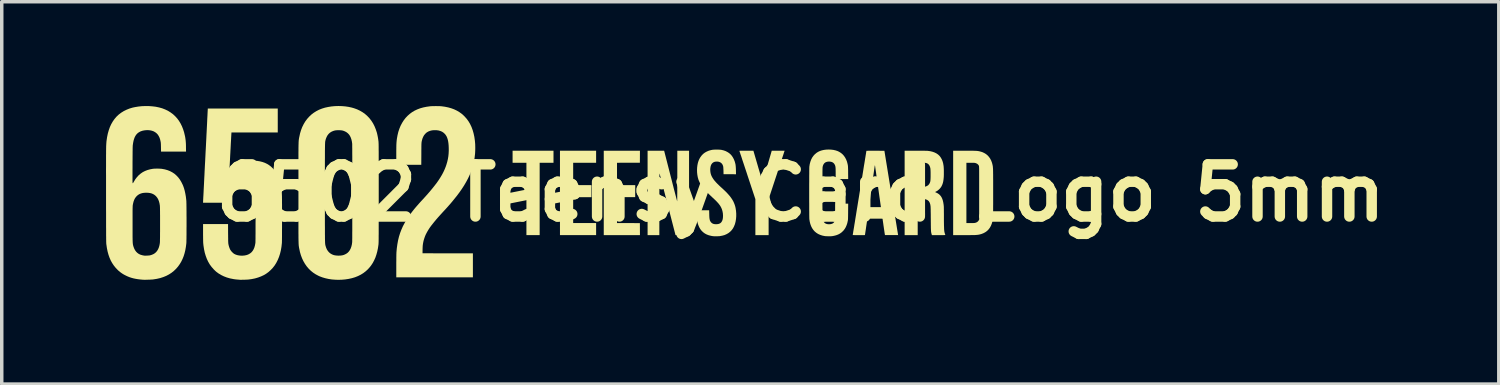
<source format=kicad_pcb>
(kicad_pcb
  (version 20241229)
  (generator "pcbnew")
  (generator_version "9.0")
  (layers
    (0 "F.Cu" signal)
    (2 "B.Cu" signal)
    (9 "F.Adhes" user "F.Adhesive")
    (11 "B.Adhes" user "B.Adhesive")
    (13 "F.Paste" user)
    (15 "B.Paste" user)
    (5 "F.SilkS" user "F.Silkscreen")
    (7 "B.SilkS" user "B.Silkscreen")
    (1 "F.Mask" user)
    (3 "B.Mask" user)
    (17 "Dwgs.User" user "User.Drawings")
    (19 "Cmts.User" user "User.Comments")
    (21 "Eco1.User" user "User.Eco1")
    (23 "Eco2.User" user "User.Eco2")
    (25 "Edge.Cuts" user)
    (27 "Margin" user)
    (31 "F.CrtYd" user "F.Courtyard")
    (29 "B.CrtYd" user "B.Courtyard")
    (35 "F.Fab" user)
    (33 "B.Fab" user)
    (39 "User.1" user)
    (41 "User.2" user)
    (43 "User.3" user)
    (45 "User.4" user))
  (footprint "6502 Teensy Card Logo 5mm"
    (layer "F.Cu")
    (at 19.985 2.5)
    (property "Reference" "6502 Teensy Card Logo 5mm" (at 0 0 0) (layer "F.SilkS") (effects (font (size 1.5 1.5) (thickness 0.3))))
    (attr board_only exclude_from_pos_files exclude_from_bom)
    (fp_poly (pts (xy -7.111 -1.041) (xy -7.111 -0.867) (xy -7.31 -0.867) (xy -7.509 -0.867) (xy -7.509 0.173) (xy -7.509 1.214) (xy -7.7 1.214) (xy -7.89 1.214) (xy -7.89 0.173) (xy -7.89 -0.867) (xy -8.089 -0.867) (xy -8.288 -0.867) (xy -8.288 -1.041) (xy -8.288 -1.214) (xy -7.7 -1.214) (xy -7.111 -1.214)) (stroke (width 0) (type solid)) (fill yes) (layer "F.SilkS"))
    (fp_poly (pts (xy -5.885 -1.041) (xy -5.885 -0.867) (xy -6.215 -0.867) (xy -6.545 -0.867) (xy -6.545 -0.546) (xy -6.545 -0.224) (xy -6.282 -0.224) (xy -6.02 -0.224) (xy -6.02 -0.051) (xy -6.02 0.123) (xy -6.282 0.123) (xy -6.545 0.123) (xy -6.545 0.495) (xy -6.545 0.867) (xy -6.215 0.867) (xy -5.885 0.867) (xy -5.885 1.041) (xy -5.885 1.214) (xy -6.405 1.214) (xy -6.925 1.214) (xy -6.925 0) (xy -6.925 -1.214) (xy -6.405 -1.214) (xy -5.885 -1.214)) (stroke (width 0) (type solid)) (fill yes) (layer "F.SilkS"))
    (fp_poly (pts (xy -4.625 -1.042) (xy -4.626 -0.869) (xy -4.955 -0.868) (xy -5.284 -0.867) (xy -5.284 -0.546) (xy -5.284 -0.224) (xy -5.022 -0.224) (xy -4.759 -0.224) (xy -4.76 -0.052) (xy -4.761 0.121) (xy -5.023 0.122) (xy -5.284 0.123) (xy -5.284 0.495) (xy -5.284 0.867) (xy -4.955 0.868) (xy -4.626 0.869) (xy -4.625 1.042) (xy -4.624 1.214) (xy -5.144 1.214) (xy -5.665 1.214) (xy -5.665 0) (xy -5.665 -1.214) (xy -5.144 -1.214) (xy -4.624 -1.214)) (stroke (width 0) (type solid)) (fill yes) (layer "F.SilkS"))
    (fp_poly (pts (xy -1.231 -0.772) (xy -1.214 -0.712) (xy -1.197 -0.655) (xy -1.181 -0.601) (xy -1.166 -0.55) (xy -1.152 -0.503) (xy -1.14 -0.46) (xy -1.128 -0.422) (xy -1.119 -0.39) (xy -1.111 -0.363) (xy -1.105 -0.343) (xy -1.101 -0.33) (xy -1.099 -0.325) (xy -1.099 -0.325) (xy -1.095 -0.322) (xy -1.094 -0.322) (xy -1.092 -0.326) (xy -1.089 -0.338) (xy -1.083 -0.357) (xy -1.075 -0.383) (xy -1.066 -0.414) (xy -1.055 -0.451) (xy -1.042 -0.494) (xy -1.029 -0.54) (xy -1.014 -0.59) (xy -0.998 -0.644) (xy -0.981 -0.701) (xy -0.964 -0.76) (xy -0.962 -0.769) (xy -0.832 -1.214) (xy -0.647 -1.214) (xy -0.462 -1.214) (xy -0.493 -1.12) (xy -0.498 -1.105) (xy -0.505 -1.082) (xy -0.515 -1.053) (xy -0.527 -1.017) (xy -0.541 -0.975) (xy -0.557 -0.928) (xy -0.574 -0.876) (xy -0.592 -0.82) (xy -0.612 -0.76) (xy -0.633 -0.696) (xy -0.655 -0.631) (xy -0.677 -0.562) (xy -0.7 -0.493) (xy -0.723 -0.424) (xy -0.922 0.179) (xy -0.922 0.696) (xy -0.922 1.214) (xy -1.113 1.214) (xy -1.303 1.214) (xy -1.303 0.698) (xy -1.303 0.181) (xy -1.532 -0.511) (xy -1.556 -0.585) (xy -1.58 -0.657) (xy -1.603 -0.726) (xy -1.625 -0.793) (xy -1.646 -0.856) (xy -1.666 -0.915) (xy -1.684 -0.97) (xy -1.7 -1.02) (xy -1.715 -1.066) (xy -1.729 -1.105) (xy -1.74 -1.139) (xy -1.749 -1.167) (xy -1.756 -1.188) (xy -1.761 -1.202) (xy -1.763 -1.208) (xy -1.763 -1.209) (xy -1.762 -1.21) (xy -1.757 -1.211) (xy -1.748 -1.212) (xy -1.734 -1.213) (xy -1.715 -1.213) (xy -1.689 -1.214) (xy -1.657 -1.214) (xy -1.618 -1.214) (xy -1.571 -1.214) (xy -1.562 -1.214) (xy -1.36 -1.214)) (stroke (width 0) (type solid)) (fill yes) (layer "F.SilkS"))
    (fp_poly (pts (xy -3.742 -0.487) (xy -3.722 -0.41) (xy -3.703 -0.336) (xy -3.685 -0.264) (xy -3.667 -0.195) (xy -3.651 -0.13) (xy -3.635 -0.069) (xy -3.62 -0.012) (xy -3.606 0.041) (xy -3.594 0.088) (xy -3.583 0.129) (xy -3.574 0.165) (xy -3.566 0.194) (xy -3.56 0.217) (xy -3.556 0.232) (xy -3.553 0.24) (xy -3.553 0.241) (xy -3.552 0.237) (xy -3.552 0.225) (xy -3.552 0.205) (xy -3.551 0.178) (xy -3.551 0.144) (xy -3.551 0.104) (xy -3.551 0.059) (xy -3.55 0.007) (xy -3.55 -0.049) (xy -3.55 -0.11) (xy -3.55 -0.175) (xy -3.55 -0.244) (xy -3.549 -0.316) (xy -3.549 -0.391) (xy -3.549 -0.468) (xy -3.549 -0.487) (xy -3.549 -1.214) (xy -3.38 -1.214) (xy -3.211 -1.214) (xy -3.211 0.000042) (xy -3.211 1.214) (xy -3.406 1.213) (xy -3.601 1.212) (xy -3.795 0.461) (xy -3.816 0.381) (xy -3.836 0.302) (xy -3.856 0.224) (xy -3.876 0.148) (xy -3.895 0.074) (xy -3.913 0.004) (xy -3.931 -0.063) (xy -3.947 -0.127) (xy -3.962 -0.186) (xy -3.976 -0.24) (xy -3.989 -0.288) (xy -4 -0.331) (xy -4.009 -0.367) (xy -4.016 -0.396) (xy -4.022 -0.417) (xy -4.024 -0.424) (xy -4.032 -0.456) (xy -4.04 -0.486) (xy -4.047 -0.512) (xy -4.053 -0.533) (xy -4.058 -0.548) (xy -4.061 -0.557) (xy -4.062 -0.558) (xy -4.062 -0.554) (xy -4.063 -0.542) (xy -4.063 -0.522) (xy -4.063 -0.495) (xy -4.064 -0.461) (xy -4.064 -0.42) (xy -4.064 -0.374) (xy -4.064 -0.321) (xy -4.065 -0.263) (xy -4.065 -0.201) (xy -4.065 -0.133) (xy -4.065 -0.062) (xy -4.065 0.013) (xy -4.065 0.092) (xy -4.065 0.173) (xy -4.066 0.257) (xy -4.066 0.328) (xy -4.066 1.214) (xy -4.235 1.214) (xy -4.404 1.214) (xy -4.404 0) (xy -4.404 -1.214) (xy -4.166 -1.214) (xy -3.928 -1.214)) (stroke (width 0) (type solid)) (fill yes) (layer "F.SilkS"))
    (fp_poly (pts (xy 4.71 -1.214) (xy 4.774 -1.214) (xy 4.831 -1.214) (xy 4.88 -1.214) (xy 4.923 -1.213) (xy 4.96 -1.213) (xy 4.992 -1.212) (xy 5.02 -1.211) (xy 5.043 -1.21) (xy 5.064 -1.209) (xy 5.082 -1.207) (xy 5.099 -1.205) (xy 5.114 -1.203) (xy 5.129 -1.2) (xy 5.144 -1.197) (xy 5.159 -1.193) (xy 5.222 -1.175) (xy 5.279 -1.149) (xy 5.331 -1.118) (xy 5.377 -1.08) (xy 5.417 -1.036) (xy 5.452 -0.986) (xy 5.481 -0.93) (xy 5.504 -0.868) (xy 5.515 -0.827) (xy 5.518 -0.815) (xy 5.52 -0.804) (xy 5.523 -0.792) (xy 5.525 -0.781) (xy 5.527 -0.769) (xy 5.529 -0.756) (xy 5.53 -0.742) (xy 5.531 -0.726) (xy 5.533 -0.707) (xy 5.534 -0.686) (xy 5.535 -0.662) (xy 5.535 -0.634) (xy 5.536 -0.603) (xy 5.536 -0.566) (xy 5.537 -0.526) (xy 5.537 -0.48) (xy 5.537 -0.428) (xy 5.538 -0.37) (xy 5.538 -0.306) (xy 5.538 -0.235) (xy 5.538 -0.157) (xy 5.538 -0.071) (xy 5.538 0) (xy 5.538 0.092) (xy 5.538 0.176) (xy 5.538 0.253) (xy 5.538 0.322) (xy 5.537 0.385) (xy 5.537 0.441) (xy 5.537 0.491) (xy 5.537 0.536) (xy 5.536 0.576) (xy 5.536 0.611) (xy 5.535 0.641) (xy 5.534 0.668) (xy 5.533 0.692) (xy 5.532 0.712) (xy 5.531 0.73) (xy 5.53 0.746) (xy 5.528 0.759) (xy 5.526 0.772) (xy 5.524 0.784) (xy 5.522 0.795) (xy 5.52 0.806) (xy 5.517 0.818) (xy 5.515 0.827) (xy 5.495 0.893) (xy 5.47 0.953) (xy 5.439 1.007) (xy 5.402 1.055) (xy 5.359 1.096) (xy 5.311 1.131) (xy 5.257 1.16) (xy 5.197 1.183) (xy 5.159 1.193) (xy 5.143 1.197) (xy 5.128 1.2) (xy 5.113 1.203) (xy 5.098 1.205) (xy 5.081 1.207) (xy 5.063 1.209) (xy 5.042 1.21) (xy 5.018 1.212) (xy 4.991 1.212) (xy 4.958 1.213) (xy 4.921 1.213) (xy 4.877 1.214) (xy 4.828 1.214) (xy 4.771 1.214) (xy 4.71 1.214) (xy 4.387 1.214) (xy 4.387 0) (xy 4.768 0) (xy 4.768 0.867) (xy 4.885 0.867) (xy 4.92 0.867) (xy 4.948 0.867) (xy 4.97 0.867) (xy 4.988 0.866) (xy 5.001 0.865) (xy 5.012 0.863) (xy 5.021 0.861) (xy 5.03 0.859) (xy 5.064 0.846) (xy 5.092 0.827) (xy 5.114 0.804) (xy 5.131 0.774) (xy 5.144 0.737) (xy 5.149 0.717) (xy 5.15 0.712) (xy 5.151 0.706) (xy 5.152 0.7) (xy 5.153 0.692) (xy 5.153 0.683) (xy 5.154 0.672) (xy 5.154 0.658) (xy 5.155 0.641) (xy 5.155 0.622) (xy 5.156 0.598) (xy 5.156 0.571) (xy 5.156 0.539) (xy 5.156 0.502) (xy 5.157 0.46) (xy 5.157 0.413) (xy 5.157 0.359) (xy 5.157 0.298) (xy 5.157 0.231) (xy 5.157 0.157) (xy 5.157 0.075) (xy 5.157 0) (xy 5.157 -0.089) (xy 5.157 -0.17) (xy 5.157 -0.243) (xy 5.157 -0.309) (xy 5.157 -0.368) (xy 5.157 -0.421) (xy 5.156 -0.468) (xy 5.156 -0.509) (xy 5.156 -0.545) (xy 5.156 -0.576) (xy 5.156 -0.602) (xy 5.155 -0.625) (xy 5.155 -0.644) (xy 5.154 -0.66) (xy 5.154 -0.674) (xy 5.153 -0.685) (xy 5.152 -0.694) (xy 5.152 -0.701) (xy 5.151 -0.707) (xy 5.15 -0.713) (xy 5.149 -0.717) (xy 5.138 -0.757) (xy 5.123 -0.79) (xy 5.103 -0.817) (xy 5.078 -0.838) (xy 5.047 -0.853) (xy 5.03 -0.859) (xy 5.021 -0.861) (xy 5.011 -0.863) (xy 5 -0.865) (xy 4.986 -0.866) (xy 4.969 -0.867) (xy 4.947 -0.867) (xy 4.918 -0.867) (xy 4.885 -0.867) (xy 4.768 -0.867) (xy 4.768 0) (xy 4.387 0) (xy 4.387 -1.214)) (stroke (width 0) (type solid)) (fill yes) (layer "F.SilkS"))
    (fp_poly (pts (xy -2.39 -1.246) (xy -2.354 -1.245) (xy -2.321 -1.243) (xy -2.294 -1.241) (xy -2.278 -1.238) (xy -2.215 -1.223) (xy -2.159 -1.203) (xy -2.108 -1.177) (xy -2.061 -1.147) (xy -2.019 -1.111) (xy -1.981 -1.068) (xy -1.948 -1.018) (xy -1.92 -0.964) (xy -1.897 -0.904) (xy -1.893 -0.891) (xy -1.885 -0.861) (xy -1.878 -0.834) (xy -1.873 -0.808) (xy -1.87 -0.78) (xy -1.867 -0.75) (xy -1.865 -0.716) (xy -1.863 -0.675) (xy -1.863 -0.65) (xy -1.86 -0.537) (xy -2.04 -0.538) (xy -2.219 -0.539) (xy -2.221 -0.639) (xy -2.222 -0.671) (xy -2.224 -0.7) (xy -2.225 -0.725) (xy -2.227 -0.746) (xy -2.229 -0.759) (xy -2.229 -0.761) (xy -2.242 -0.801) (xy -2.26 -0.833) (xy -2.285 -0.86) (xy -2.314 -0.88) (xy -2.349 -0.894) (xy -2.388 -0.901) (xy -2.432 -0.901) (xy -2.444 -0.9) (xy -2.481 -0.893) (xy -2.514 -0.878) (xy -2.541 -0.857) (xy -2.564 -0.829) (xy -2.581 -0.795) (xy -2.593 -0.754) (xy -2.6 -0.708) (xy -2.602 -0.671) (xy -2.6 -0.629) (xy -2.595 -0.589) (xy -2.587 -0.55) (xy -2.575 -0.512) (xy -2.558 -0.474) (xy -2.537 -0.436) (xy -2.511 -0.396) (xy -2.48 -0.355) (xy -2.443 -0.312) (xy -2.4 -0.267) (xy -2.35 -0.218) (xy -2.294 -0.165) (xy -2.263 -0.138) (xy -2.198 -0.077) (xy -2.139 -0.02) (xy -2.088 0.035) (xy -2.042 0.088) (xy -2.003 0.139) (xy -1.969 0.19) (xy -1.94 0.24) (xy -1.917 0.291) (xy -1.897 0.343) (xy -1.881 0.396) (xy -1.872 0.438) (xy -1.86 0.515) (xy -1.854 0.594) (xy -1.854 0.673) (xy -1.86 0.75) (xy -1.872 0.824) (xy -1.89 0.894) (xy -1.894 0.905) (xy -1.919 0.967) (xy -1.949 1.023) (xy -1.986 1.073) (xy -2.029 1.117) (xy -2.077 1.155) (xy -2.131 1.186) (xy -2.19 1.212) (xy -2.255 1.23) (xy -2.326 1.243) (xy -2.331 1.244) (xy -2.348 1.245) (xy -2.371 1.246) (xy -2.398 1.247) (xy -2.427 1.247) (xy -2.456 1.247) (xy -2.482 1.247) (xy -2.504 1.246) (xy -2.517 1.245) (xy -2.528 1.244) (xy -2.544 1.241) (xy -2.563 1.238) (xy -2.577 1.235) (xy -2.642 1.219) (xy -2.701 1.197) (xy -2.756 1.168) (xy -2.805 1.132) (xy -2.848 1.091) (xy -2.886 1.043) (xy -2.918 0.988) (xy -2.944 0.928) (xy -2.961 0.875) (xy -2.971 0.831) (xy -2.979 0.783) (xy -2.985 0.73) (xy -2.989 0.671) (xy -2.991 0.605) (xy -2.991 0.572) (xy -2.991 0.499) (xy -2.812 0.499) (xy -2.633 0.499) (xy -2.63 0.612) (xy -2.629 0.659) (xy -2.627 0.698) (xy -2.624 0.731) (xy -2.619 0.758) (xy -2.614 0.782) (xy -2.607 0.802) (xy -2.597 0.819) (xy -2.586 0.836) (xy -2.573 0.852) (xy -2.548 0.873) (xy -2.517 0.889) (xy -2.48 0.898) (xy -2.437 0.901) (xy -2.433 0.901) (xy -2.39 0.898) (xy -2.352 0.89) (xy -2.319 0.875) (xy -2.292 0.854) (xy -2.271 0.826) (xy -2.254 0.792) (xy -2.242 0.752) (xy -2.236 0.705) (xy -2.234 0.655) (xy -2.238 0.588) (xy -2.25 0.524) (xy -2.269 0.462) (xy -2.296 0.404) (xy -2.319 0.365) (xy -2.336 0.342) (xy -2.354 0.318) (xy -2.374 0.294) (xy -2.398 0.268) (xy -2.424 0.24) (xy -2.455 0.209) (xy -2.491 0.175) (xy -2.533 0.136) (xy -2.547 0.123) (xy -2.609 0.064) (xy -2.665 0.01) (xy -2.715 -0.041) (xy -2.759 -0.089) (xy -2.798 -0.134) (xy -2.831 -0.177) (xy -2.861 -0.219) (xy -2.886 -0.261) (xy -2.907 -0.302) (xy -2.926 -0.343) (xy -2.942 -0.386) (xy -2.944 -0.391) (xy -2.961 -0.454) (xy -2.973 -0.521) (xy -2.98 -0.589) (xy -2.982 -0.659) (xy -2.979 -0.728) (xy -2.971 -0.795) (xy -2.958 -0.859) (xy -2.94 -0.918) (xy -2.917 -0.972) (xy -2.916 -0.974) (xy -2.884 -1.03) (xy -2.846 -1.08) (xy -2.804 -1.123) (xy -2.755 -1.16) (xy -2.701 -1.19) (xy -2.642 -1.215) (xy -2.576 -1.233) (xy -2.551 -1.238) (xy -2.527 -1.242) (xy -2.498 -1.244) (xy -2.464 -1.246) (xy -2.427 -1.246)) (stroke (width 0) (type solid)) (fill yes) (layer "F.SilkS"))
    (fp_poly (pts (xy 2.112 -1.213) (xy 2.15 -1.213) (xy 2.409 -1.212) (xy 2.606 0) (xy 2.803 1.212) (xy 2.615 1.213) (xy 2.576 1.213) (xy 2.54 1.213) (xy 2.507 1.213) (xy 2.478 1.213) (xy 2.455 1.213) (xy 2.438 1.213) (xy 2.427 1.212) (xy 2.425 1.212) (xy 2.424 1.208) (xy 2.422 1.196) (xy 2.419 1.178) (xy 2.415 1.154) (xy 2.411 1.125) (xy 2.406 1.093) (xy 2.401 1.057) (xy 2.395 1.02) (xy 2.39 0.982) (xy 2.384 0.944) (xy 2.379 0.907) (xy 2.374 0.871) (xy 2.369 0.838) (xy 2.365 0.809) (xy 2.361 0.785) (xy 2.359 0.765) (xy 2.357 0.753) (xy 2.357 0.748) (xy 2.356 0.746) (xy 2.355 0.745) (xy 2.351 0.744) (xy 2.345 0.743) (xy 2.336 0.742) (xy 2.322 0.741) (xy 2.305 0.741) (xy 2.281 0.741) (xy 2.252 0.741) (xy 2.217 0.741) (xy 2.174 0.741) (xy 2.137 0.741) (xy 1.919 0.742) (xy 1.884 0.977) (xy 1.878 1.021) (xy 1.872 1.062) (xy 1.866 1.099) (xy 1.861 1.133) (xy 1.857 1.161) (xy 1.853 1.185) (xy 1.851 1.201) (xy 1.849 1.211) (xy 1.849 1.213) (xy 1.845 1.213) (xy 1.833 1.214) (xy 1.816 1.214) (xy 1.793 1.214) (xy 1.765 1.214) (xy 1.735 1.214) (xy 1.703 1.214) (xy 1.669 1.214) (xy 1.636 1.214) (xy 1.604 1.214) (xy 1.575 1.214) (xy 1.548 1.214) (xy 1.526 1.213) (xy 1.51 1.213) (xy 1.5 1.213) (xy 1.498 1.213) (xy 1.498 1.208) (xy 1.5 1.196) (xy 1.503 1.176) (xy 1.508 1.149) (xy 1.513 1.114) (xy 1.52 1.073) (xy 1.528 1.026) (xy 1.537 0.972) (xy 1.546 0.913) (xy 1.557 0.849) (xy 1.568 0.779) (xy 1.58 0.705) (xy 1.593 0.626) (xy 1.606 0.543) (xy 1.62 0.456) (xy 1.629 0.405) (xy 1.964 0.405) (xy 1.966 0.406) (xy 1.969 0.407) (xy 1.976 0.408) (xy 1.986 0.409) (xy 2 0.41) (xy 2.02 0.41) (xy 2.045 0.41) (xy 2.077 0.41) (xy 2.117 0.41) (xy 2.136 0.41) (xy 2.31 0.41) (xy 2.308 0.401) (xy 2.307 0.396) (xy 2.305 0.382) (xy 2.302 0.362) (xy 2.298 0.334) (xy 2.293 0.3) (xy 2.288 0.261) (xy 2.281 0.215) (xy 2.274 0.165) (xy 2.266 0.11) (xy 2.258 0.051) (xy 2.249 -0.012) (xy 2.24 -0.077) (xy 2.23 -0.145) (xy 2.223 -0.199) (xy 2.213 -0.268) (xy 2.203 -0.336) (xy 2.194 -0.4) (xy 2.185 -0.462) (xy 2.177 -0.519) (xy 2.17 -0.573) (xy 2.163 -0.621) (xy 2.156 -0.665) (xy 2.151 -0.702) (xy 2.146 -0.734) (xy 2.143 -0.759) (xy 2.14 -0.778) (xy 2.138 -0.788) (xy 2.138 -0.791) (xy 2.134 -0.79) (xy 2.133 -0.789) (xy 2.132 -0.784) (xy 2.13 -0.772) (xy 2.127 -0.752) (xy 2.123 -0.725) (xy 2.118 -0.691) (xy 2.112 -0.652) (xy 2.106 -0.607) (xy 2.099 -0.557) (xy 2.091 -0.503) (xy 2.083 -0.444) (xy 2.074 -0.382) (xy 2.065 -0.317) (xy 2.055 -0.249) (xy 2.048 -0.195) (xy 2.038 -0.125) (xy 2.029 -0.057) (xy 2.02 0.007) (xy 2.011 0.069) (xy 2.003 0.127) (xy 1.996 0.181) (xy 1.989 0.23) (xy 1.983 0.274) (xy 1.978 0.312) (xy 1.973 0.344) (xy 1.969 0.37) (xy 1.967 0.389) (xy 1.965 0.4) (xy 1.964 0.403) (xy 1.964 0.405) (xy 1.629 0.405) (xy 1.635 0.366) (xy 1.65 0.273) (xy 1.666 0.177) (xy 1.682 0.079) (xy 1.694 0.002) (xy 1.711 -0.098) (xy 1.726 -0.196) (xy 1.742 -0.291) (xy 1.757 -0.383) (xy 1.772 -0.473) (xy 1.786 -0.559) (xy 1.799 -0.641) (xy 1.811 -0.718) (xy 1.823 -0.792) (xy 1.835 -0.861) (xy 1.845 -0.924) (xy 1.854 -0.982) (xy 1.863 -1.034) (xy 1.87 -1.08) (xy 1.877 -1.12) (xy 1.882 -1.153) (xy 1.886 -1.179) (xy 1.889 -1.197) (xy 1.891 -1.208) (xy 1.891 -1.21) (xy 1.895 -1.211) (xy 1.907 -1.212) (xy 1.926 -1.212) (xy 1.952 -1.213) (xy 1.985 -1.213) (xy 2.022 -1.213) (xy 2.065 -1.213)) (stroke (width 0) (type solid)) (fill yes) (layer "F.SilkS"))
    (fp_poly (pts (xy 3.361 -1.214) (xy 3.417 -1.214) (xy 3.469 -1.214) (xy 3.515 -1.213) (xy 3.557 -1.213) (xy 3.592 -1.212) (xy 3.62 -1.211) (xy 3.642 -1.211) (xy 3.655 -1.21) (xy 3.656 -1.21) (xy 3.728 -1.2) (xy 3.794 -1.184) (xy 3.853 -1.163) (xy 3.905 -1.137) (xy 3.952 -1.105) (xy 3.993 -1.067) (xy 4.027 -1.023) (xy 4.056 -0.973) (xy 4.08 -0.917) (xy 4.098 -0.855) (xy 4.11 -0.786) (xy 4.112 -0.774) (xy 4.114 -0.75) (xy 4.116 -0.72) (xy 4.118 -0.684) (xy 4.119 -0.645) (xy 4.119 -0.604) (xy 4.119 -0.563) (xy 4.119 -0.524) (xy 4.118 -0.488) (xy 4.117 -0.46) (xy 4.111 -0.396) (xy 4.103 -0.338) (xy 4.091 -0.286) (xy 4.075 -0.239) (xy 4.055 -0.196) (xy 4.048 -0.183) (xy 4.025 -0.149) (xy 3.997 -0.116) (xy 3.964 -0.086) (xy 3.93 -0.06) (xy 3.896 -0.04) (xy 3.89 -0.038) (xy 3.877 -0.031) (xy 3.872 -0.025) (xy 3.874 -0.021) (xy 3.883 -0.016) (xy 3.927 0.004) (xy 3.965 0.027) (xy 3.999 0.055) (xy 4.027 0.087) (xy 4.052 0.124) (xy 4.072 0.166) (xy 4.089 0.215) (xy 4.102 0.271) (xy 4.112 0.334) (xy 4.114 0.348) (xy 4.115 0.362) (xy 4.117 0.377) (xy 4.118 0.395) (xy 4.119 0.417) (xy 4.119 0.442) (xy 4.12 0.473) (xy 4.12 0.509) (xy 4.12 0.551) (xy 4.121 0.601) (xy 4.121 0.648) (xy 4.121 0.731) (xy 4.121 0.806) (xy 4.122 0.873) (xy 4.123 0.931) (xy 4.125 0.983) (xy 4.126 1.026) (xy 4.128 1.062) (xy 4.131 1.091) (xy 4.134 1.113) (xy 4.135 1.122) (xy 4.146 1.163) (xy 4.159 1.202) (xy 4.161 1.207) (xy 4.161 1.208) (xy 4.16 1.21) (xy 4.157 1.211) (xy 4.151 1.212) (xy 4.142 1.213) (xy 4.128 1.213) (xy 4.109 1.214) (xy 4.085 1.214) (xy 4.055 1.214) (xy 4.018 1.214) (xy 3.973 1.214) (xy 3.97 1.214) (xy 3.775 1.214) (xy 3.77 1.194) (xy 3.766 1.18) (xy 3.762 1.168) (xy 3.759 1.157) (xy 3.757 1.146) (xy 3.755 1.135) (xy 3.753 1.123) (xy 3.751 1.109) (xy 3.75 1.094) (xy 3.749 1.075) (xy 3.748 1.053) (xy 3.747 1.027) (xy 3.746 0.996) (xy 3.746 0.96) (xy 3.745 0.917) (xy 3.745 0.869) (xy 3.744 0.813) (xy 3.744 0.753) (xy 3.743 0.687) (xy 3.743 0.629) (xy 3.742 0.577) (xy 3.741 0.533) (xy 3.741 0.495) (xy 3.74 0.462) (xy 3.739 0.434) (xy 3.738 0.41) (xy 3.737 0.39) (xy 3.735 0.373) (xy 3.733 0.359) (xy 3.731 0.346) (xy 3.729 0.335) (xy 3.726 0.324) (xy 3.723 0.314) (xy 3.721 0.306) (xy 3.707 0.27) (xy 3.689 0.242) (xy 3.666 0.219) (xy 3.638 0.201) (xy 3.628 0.197) (xy 3.609 0.189) (xy 3.589 0.183) (xy 3.566 0.179) (xy 3.538 0.176) (xy 3.505 0.174) (xy 3.465 0.173) (xy 3.454 0.173) (xy 3.367 0.173) (xy 3.367 0.694) (xy 3.367 1.214) (xy 3.179 1.214) (xy 2.991 1.214) (xy 2.991 0) (xy 2.991 -0.52) (xy 3.367 -0.52) (xy 3.367 -0.172) (xy 3.47 -0.174) (xy 3.503 -0.175) (xy 3.529 -0.176) (xy 3.55 -0.177) (xy 3.565 -0.178) (xy 3.578 -0.18) (xy 3.588 -0.182) (xy 3.598 -0.185) (xy 3.601 -0.186) (xy 3.637 -0.201) (xy 3.668 -0.221) (xy 3.692 -0.248) (xy 3.712 -0.28) (xy 3.726 -0.319) (xy 3.73 -0.335) (xy 3.732 -0.35) (xy 3.734 -0.372) (xy 3.736 -0.4) (xy 3.737 -0.433) (xy 3.738 -0.469) (xy 3.738 -0.507) (xy 3.738 -0.545) (xy 3.738 -0.583) (xy 3.737 -0.619) (xy 3.736 -0.652) (xy 3.734 -0.68) (xy 3.732 -0.702) (xy 3.73 -0.715) (xy 3.718 -0.756) (xy 3.702 -0.791) (xy 3.682 -0.819) (xy 3.658 -0.84) (xy 3.647 -0.846) (xy 3.634 -0.852) (xy 3.621 -0.857) (xy 3.606 -0.861) (xy 3.589 -0.864) (xy 3.569 -0.865) (xy 3.543 -0.867) (xy 3.512 -0.867) (xy 3.474 -0.867) (xy 3.367 -0.867) (xy 3.367 -0.52) (xy 2.991 -0.52) (xy 2.991 -1.214) (xy 3.301 -1.214)) (stroke (width 0) (type solid)) (fill yes) (layer "F.SilkS"))
    (fp_poly (pts (xy 0.878 -1.245) (xy 0.944 -1.237) (xy 1.005 -1.223) (xy 1.062 -1.204) (xy 1.104 -1.184) (xy 1.157 -1.151) (xy 1.203 -1.113) (xy 1.244 -1.068) (xy 1.279 -1.017) (xy 1.309 -0.96) (xy 1.333 -0.897) (xy 1.351 -0.827) (xy 1.356 -0.8) (xy 1.358 -0.788) (xy 1.36 -0.774) (xy 1.361 -0.757) (xy 1.362 -0.737) (xy 1.363 -0.712) (xy 1.364 -0.682) (xy 1.365 -0.645) (xy 1.365 -0.602) (xy 1.365 -0.579) (xy 1.367 -0.398) (xy 1.187 -0.398) (xy 1.007 -0.398) (xy 1.007 -0.558) (xy 1.007 -0.605) (xy 1.006 -0.645) (xy 1.006 -0.678) (xy 1.005 -0.705) (xy 1.003 -0.728) (xy 1.001 -0.747) (xy 0.998 -0.763) (xy 0.995 -0.777) (xy 0.99 -0.791) (xy 0.985 -0.804) (xy 0.982 -0.809) (xy 0.964 -0.84) (xy 0.94 -0.865) (xy 0.911 -0.883) (xy 0.877 -0.895) (xy 0.836 -0.901) (xy 0.816 -0.902) (xy 0.774 -0.899) (xy 0.736 -0.889) (xy 0.705 -0.874) (xy 0.679 -0.852) (xy 0.658 -0.823) (xy 0.642 -0.788) (xy 0.633 -0.754) (xy 0.632 -0.749) (xy 0.631 -0.743) (xy 0.63 -0.735) (xy 0.63 -0.725) (xy 0.629 -0.712) (xy 0.629 -0.696) (xy 0.628 -0.677) (xy 0.628 -0.655) (xy 0.627 -0.628) (xy 0.627 -0.597) (xy 0.627 -0.561) (xy 0.627 -0.519) (xy 0.627 -0.473) (xy 0.626 -0.42) (xy 0.626 -0.361) (xy 0.626 -0.295) (xy 0.626 -0.222) (xy 0.626 -0.141) (xy 0.626 -0.053) (xy 0.626 0.002) (xy 0.626 0.106) (xy 0.626 0.202) (xy 0.626 0.289) (xy 0.626 0.369) (xy 0.627 0.44) (xy 0.627 0.504) (xy 0.627 0.56) (xy 0.628 0.609) (xy 0.628 0.65) (xy 0.628 0.684) (xy 0.629 0.711) (xy 0.629 0.73) (xy 0.63 0.743) (xy 0.631 0.75) (xy 0.642 0.791) (xy 0.659 0.826) (xy 0.68 0.854) (xy 0.707 0.876) (xy 0.739 0.891) (xy 0.776 0.899) (xy 0.814 0.902) (xy 0.857 0.899) (xy 0.894 0.89) (xy 0.926 0.876) (xy 0.952 0.855) (xy 0.972 0.828) (xy 0.982 0.811) (xy 0.987 0.799) (xy 0.992 0.788) (xy 0.995 0.776) (xy 0.999 0.763) (xy 1.001 0.749) (xy 1.003 0.731) (xy 1.004 0.711) (xy 1.005 0.686) (xy 1.006 0.656) (xy 1.007 0.62) (xy 1.007 0.577) (xy 1.007 0.527) (xy 1.007 0.516) (xy 1.007 0.309) (xy 1.187 0.309) (xy 1.367 0.309) (xy 1.365 0.534) (xy 1.365 0.586) (xy 1.364 0.63) (xy 1.364 0.667) (xy 1.363 0.698) (xy 1.363 0.723) (xy 1.362 0.744) (xy 1.361 0.761) (xy 1.36 0.776) (xy 1.358 0.788) (xy 1.357 0.798) (xy 1.356 0.8) (xy 1.342 0.867) (xy 1.322 0.928) (xy 1.298 0.984) (xy 1.269 1.034) (xy 1.234 1.08) (xy 1.221 1.094) (xy 1.178 1.135) (xy 1.131 1.169) (xy 1.078 1.197) (xy 1.019 1.219) (xy 0.955 1.235) (xy 0.904 1.244) (xy 0.882 1.246) (xy 0.854 1.247) (xy 0.822 1.247) (xy 0.789 1.247) (xy 0.756 1.246) (xy 0.726 1.245) (xy 0.702 1.243) (xy 0.694 1.242) (xy 0.625 1.228) (xy 0.561 1.207) (xy 0.503 1.181) (xy 0.451 1.148) (xy 0.404 1.109) (xy 0.364 1.064) (xy 0.329 1.013) (xy 0.3 0.955) (xy 0.277 0.892) (xy 0.26 0.823) (xy 0.25 0.756) (xy 0.249 0.747) (xy 0.249 0.729) (xy 0.248 0.704) (xy 0.248 0.672) (xy 0.247 0.634) (xy 0.247 0.591) (xy 0.247 0.542) (xy 0.246 0.488) (xy 0.246 0.431) (xy 0.246 0.369) (xy 0.246 0.305) (xy 0.245 0.239) (xy 0.245 0.17) (xy 0.245 0.101) (xy 0.245 0.03) (xy 0.245 -0.041) (xy 0.245 -0.111) (xy 0.245 -0.181) (xy 0.245 -0.249) (xy 0.246 -0.315) (xy 0.246 -0.379) (xy 0.246 -0.44) (xy 0.246 -0.497) (xy 0.247 -0.549) (xy 0.247 -0.598) (xy 0.247 -0.641) (xy 0.248 -0.678) (xy 0.248 -0.708) (xy 0.249 -0.732) (xy 0.249 -0.749) (xy 0.25 -0.756) (xy 0.261 -0.829) (xy 0.279 -0.897) (xy 0.302 -0.959) (xy 0.331 -1.016) (xy 0.366 -1.066) (xy 0.407 -1.111) (xy 0.453 -1.15) (xy 0.503 -1.182) (xy 0.555 -1.206) (xy 0.61 -1.224) (xy 0.668 -1.237) (xy 0.731 -1.245) (xy 0.801 -1.248) (xy 0.806 -1.248)) (stroke (width 0) (type solid)) (fill yes) (layer "F.SilkS"))
    (fp_poly (pts (xy -10.456 -2.497) (xy -10.418 -2.497) (xy -10.384 -2.496) (xy -10.355 -2.494) (xy -10.335 -2.493) (xy -10.235 -2.479) (xy -10.141 -2.46) (xy -10.053 -2.435) (xy -9.971 -2.405) (xy -9.895 -2.369) (xy -9.823 -2.327) (xy -9.756 -2.279) (xy -9.745 -2.271) (xy -9.729 -2.257) (xy -9.71 -2.24) (xy -9.69 -2.22) (xy -9.67 -2.201) (xy -9.665 -2.195) (xy -9.607 -2.13) (xy -9.555 -2.058) (xy -9.51 -1.981) (xy -9.47 -1.897) (xy -9.437 -1.808) (xy -9.41 -1.713) (xy -9.388 -1.612) (xy -9.373 -1.505) (xy -9.367 -1.439) (xy -9.364 -1.403) (xy -9.363 -1.361) (xy -9.362 -1.315) (xy -9.362 -1.268) (xy -9.363 -1.221) (xy -9.365 -1.177) (xy -9.367 -1.138) (xy -9.369 -1.115) (xy -9.381 -1.011) (xy -9.399 -0.91) (xy -9.422 -0.81) (xy -9.45 -0.711) (xy -9.484 -0.612) (xy -9.524 -0.514) (xy -9.57 -0.416) (xy -9.623 -0.317) (xy -9.682 -0.216) (xy -9.748 -0.114) (xy -9.821 -0.01) (xy -9.901 0.096) (xy -9.989 0.205) (xy -10.018 0.241) (xy -10.051 0.28) (xy -10.083 0.318) (xy -10.116 0.355) (xy -10.15 0.394) (xy -10.186 0.434) (xy -10.226 0.478) (xy -10.27 0.525) (xy -10.293 0.55) (xy -10.364 0.628) (xy -10.429 0.7) (xy -10.488 0.768) (xy -10.541 0.832) (xy -10.589 0.892) (xy -10.633 0.948) (xy -10.672 1.002) (xy -10.706 1.054) (xy -10.736 1.104) (xy -10.763 1.153) (xy -10.787 1.2) (xy -10.807 1.247) (xy -10.824 1.295) (xy -10.839 1.342) (xy -10.849 1.377) (xy -10.859 1.423) (xy -10.867 1.468) (xy -10.873 1.515) (xy -10.876 1.565) (xy -10.878 1.622) (xy -10.878 1.637) (xy -10.879 1.737) (xy -10.154 1.738) (xy -9.43 1.739) (xy -9.43 2.084) (xy -9.43 2.428) (xy -10.532 2.428) (xy -11.634 2.428) (xy -11.634 2.105) (xy -11.634 2.052) (xy -11.634 1.999) (xy -11.633 1.948) (xy -11.633 1.901) (xy -11.633 1.856) (xy -11.632 1.816) (xy -11.632 1.781) (xy -11.631 1.752) (xy -11.63 1.73) (xy -11.63 1.717) (xy -11.619 1.594) (xy -11.603 1.478) (xy -11.583 1.367) (xy -11.557 1.26) (xy -11.525 1.157) (xy -11.487 1.057) (xy -11.443 0.958) (xy -11.391 0.86) (xy -11.333 0.762) (xy -11.267 0.663) (xy -11.213 0.588) (xy -11.18 0.544) (xy -11.146 0.501) (xy -11.111 0.457) (xy -11.074 0.413) (xy -11.034 0.367) (xy -10.991 0.318) (xy -10.944 0.265) (xy -10.891 0.208) (xy -10.879 0.195) (xy -10.795 0.103) (xy -10.717 0.015) (xy -10.646 -0.068) (xy -10.581 -0.147) (xy -10.521 -0.223) (xy -10.466 -0.295) (xy -10.417 -0.365) (xy -10.373 -0.433) (xy -10.333 -0.499) (xy -10.297 -0.564) (xy -10.265 -0.628) (xy -10.237 -0.691) (xy -10.212 -0.754) (xy -10.194 -0.806) (xy -10.169 -0.89) (xy -10.15 -0.972) (xy -10.136 -1.053) (xy -10.128 -1.136) (xy -10.124 -1.222) (xy -10.125 -1.295) (xy -10.128 -1.367) (xy -10.134 -1.432) (xy -10.143 -1.49) (xy -10.155 -1.541) (xy -10.17 -1.587) (xy -10.188 -1.628) (xy -10.21 -1.663) (xy -10.235 -1.695) (xy -10.24 -1.7) (xy -10.277 -1.734) (xy -10.318 -1.761) (xy -10.365 -1.781) (xy -10.416 -1.796) (xy -10.473 -1.804) (xy -10.492 -1.805) (xy -10.553 -1.805) (xy -10.61 -1.799) (xy -10.663 -1.786) (xy -10.711 -1.767) (xy -10.754 -1.742) (xy -10.773 -1.727) (xy -10.806 -1.695) (xy -10.835 -1.659) (xy -10.859 -1.616) (xy -10.88 -1.567) (xy -10.896 -1.512) (xy -10.903 -1.48) (xy -10.905 -1.471) (xy -10.906 -1.462) (xy -10.907 -1.453) (xy -10.908 -1.443) (xy -10.909 -1.43) (xy -10.91 -1.415) (xy -10.911 -1.397) (xy -10.911 -1.375) (xy -10.912 -1.348) (xy -10.912 -1.316) (xy -10.912 -1.278) (xy -10.913 -1.233) (xy -10.913 -1.182) (xy -10.913 -1.122) (xy -10.913 -1.122) (xy -10.915 -0.808) (xy -11.275 -0.808) (xy -11.634 -0.808) (xy -11.634 -1.095) (xy -11.634 -1.159) (xy -11.634 -1.215) (xy -11.633 -1.264) (xy -11.633 -1.307) (xy -11.632 -1.345) (xy -11.632 -1.378) (xy -11.63 -1.408) (xy -11.629 -1.435) (xy -11.627 -1.46) (xy -11.625 -1.483) (xy -11.623 -1.506) (xy -11.62 -1.53) (xy -11.617 -1.555) (xy -11.599 -1.657) (xy -11.576 -1.754) (xy -11.546 -1.845) (xy -11.51 -1.932) (xy -11.468 -2.012) (xy -11.42 -2.088) (xy -11.367 -2.157) (xy -11.307 -2.22) (xy -11.242 -2.277) (xy -11.177 -2.325) (xy -11.106 -2.367) (xy -11.029 -2.403) (xy -10.947 -2.434) (xy -10.858 -2.459) (xy -10.764 -2.478) (xy -10.663 -2.492) (xy -10.661 -2.493) (xy -10.638 -2.494) (xy -10.608 -2.496) (xy -10.573 -2.497) (xy -10.535 -2.497) (xy -10.496 -2.498)) (stroke (width 0) (type solid)) (fill yes) (layer "F.SilkS"))
    (fp_poly (pts (xy -15.044 -2.084) (xy -15.044 -1.739) (xy -15.71 -1.739) (xy -16.376 -1.739) (xy -16.378 -1.704) (xy -16.379 -1.695) (xy -16.38 -1.679) (xy -16.381 -1.655) (xy -16.383 -1.624) (xy -16.385 -1.587) (xy -16.387 -1.545) (xy -16.39 -1.497) (xy -16.393 -1.445) (xy -16.396 -1.389) (xy -16.399 -1.329) (xy -16.402 -1.267) (xy -16.406 -1.202) (xy -16.408 -1.155) (xy -16.412 -1.089) (xy -16.415 -1.025) (xy -16.418 -0.964) (xy -16.421 -0.905) (xy -16.424 -0.85) (xy -16.427 -0.8) (xy -16.43 -0.754) (xy -16.432 -0.713) (xy -16.434 -0.678) (xy -16.435 -0.649) (xy -16.437 -0.628) (xy -16.437 -0.613) (xy -16.438 -0.608) (xy -16.439 -0.592) (xy -16.439 -0.582) (xy -16.437 -0.577) (xy -16.434 -0.576) (xy -16.433 -0.575) (xy -16.426 -0.579) (xy -16.417 -0.59) (xy -16.404 -0.606) (xy -16.402 -0.61) (xy -16.355 -0.673) (xy -16.303 -0.73) (xy -16.245 -0.779) (xy -16.184 -0.822) (xy -16.117 -0.858) (xy -16.047 -0.886) (xy -15.972 -0.908) (xy -15.893 -0.922) (xy -15.81 -0.929) (xy -15.728 -0.929) (xy -15.641 -0.922) (xy -15.561 -0.909) (xy -15.485 -0.89) (xy -15.414 -0.865) (xy -15.348 -0.833) (xy -15.299 -0.803) (xy -15.241 -0.759) (xy -15.187 -0.708) (xy -15.139 -0.651) (xy -15.094 -0.586) (xy -15.055 -0.516) (xy -15.021 -0.439) (xy -14.991 -0.355) (xy -14.967 -0.266) (xy -14.948 -0.172) (xy -14.942 -0.136) (xy -14.939 -0.118) (xy -14.937 -0.101) (xy -14.935 -0.084) (xy -14.933 -0.068) (xy -14.931 -0.051) (xy -14.929 -0.034) (xy -14.928 -0.015) (xy -14.927 0.005) (xy -14.926 0.028) (xy -14.925 0.053) (xy -14.924 0.081) (xy -14.923 0.112) (xy -14.923 0.147) (xy -14.922 0.187) (xy -14.922 0.232) (xy -14.922 0.282) (xy -14.921 0.337) (xy -14.921 0.399) (xy -14.921 0.467) (xy -14.921 0.542) (xy -14.921 0.625) (xy -14.921 0.716) (xy -14.921 0.722) (xy -14.921 0.818) (xy -14.921 0.909) (xy -14.921 0.993) (xy -14.922 1.071) (xy -14.922 1.142) (xy -14.922 1.206) (xy -14.922 1.263) (xy -14.923 1.312) (xy -14.923 1.354) (xy -14.924 1.388) (xy -14.924 1.414) (xy -14.925 1.432) (xy -14.925 1.439) (xy -14.937 1.549) (xy -14.955 1.653) (xy -14.979 1.752) (xy -15.009 1.844) (xy -15.045 1.931) (xy -15.087 2.013) (xy -15.134 2.088) (xy -15.188 2.157) (xy -15.248 2.22) (xy -15.313 2.278) (xy -15.378 2.325) (xy -15.449 2.367) (xy -15.527 2.403) (xy -15.61 2.434) (xy -15.699 2.46) (xy -15.793 2.479) (xy -15.888 2.492) (xy -15.904 2.493) (xy -15.927 2.494) (xy -15.954 2.496) (xy -15.985 2.497) (xy -16.017 2.497) (xy -16.049 2.498) (xy -16.079 2.499) (xy -16.106 2.499) (xy -16.128 2.499) (xy -16.144 2.498) (xy -16.148 2.498) (xy -16.186 2.494) (xy -16.218 2.492) (xy -16.244 2.489) (xy -16.266 2.487) (xy -16.285 2.484) (xy -16.302 2.482) (xy -16.32 2.479) (xy -16.323 2.478) (xy -16.419 2.459) (xy -16.509 2.433) (xy -16.595 2.4) (xy -16.675 2.361) (xy -16.749 2.316) (xy -16.81 2.271) (xy -16.826 2.257) (xy -16.845 2.24) (xy -16.865 2.22) (xy -16.885 2.201) (xy -16.89 2.195) (xy -16.947 2.13) (xy -16.999 2.06) (xy -17.044 1.983) (xy -17.083 1.901) (xy -17.116 1.813) (xy -17.144 1.72) (xy -17.165 1.62) (xy -17.181 1.514) (xy -17.189 1.437) (xy -17.189 1.422) (xy -17.19 1.4) (xy -17.191 1.372) (xy -17.191 1.338) (xy -17.192 1.299) (xy -17.192 1.257) (xy -17.193 1.212) (xy -17.193 1.166) (xy -17.193 1.14) (xy -17.193 0.897) (xy -16.833 0.897) (xy -16.474 0.897) (xy -16.473 1.167) (xy -16.472 1.222) (xy -16.472 1.27) (xy -16.471 1.311) (xy -16.471 1.346) (xy -16.471 1.375) (xy -16.47 1.399) (xy -16.469 1.419) (xy -16.468 1.435) (xy -16.467 1.448) (xy -16.466 1.459) (xy -16.465 1.469) (xy -16.463 1.476) (xy -16.455 1.514) (xy -16.444 1.552) (xy -16.431 1.589) (xy -16.417 1.621) (xy -16.409 1.637) (xy -16.394 1.659) (xy -16.375 1.684) (xy -16.352 1.708) (xy -16.329 1.73) (xy -16.306 1.748) (xy -16.295 1.755) (xy -16.254 1.775) (xy -16.207 1.79) (xy -16.157 1.8) (xy -16.104 1.805) (xy -16.05 1.805) (xy -15.996 1.8) (xy -15.945 1.789) (xy -15.927 1.784) (xy -15.879 1.764) (xy -15.836 1.738) (xy -15.798 1.706) (xy -15.765 1.666) (xy -15.738 1.62) (xy -15.716 1.568) (xy -15.7 1.509) (xy -15.688 1.444) (xy -15.687 1.433) (xy -15.686 1.423) (xy -15.686 1.406) (xy -15.685 1.381) (xy -15.685 1.349) (xy -15.684 1.312) (xy -15.684 1.268) (xy -15.684 1.22) (xy -15.683 1.168) (xy -15.683 1.112) (xy -15.683 1.053) (xy -15.683 0.992) (xy -15.683 0.928) (xy -15.683 0.863) (xy -15.682 0.798) (xy -15.682 0.733) (xy -15.683 0.668) (xy -15.683 0.604) (xy -15.683 0.542) (xy -15.683 0.482) (xy -15.683 0.425) (xy -15.683 0.372) (xy -15.684 0.323) (xy -15.684 0.278) (xy -15.685 0.239) (xy -15.685 0.205) (xy -15.685 0.178) (xy -15.686 0.159) (xy -15.687 0.147) (xy -15.687 0.145) (xy -15.697 0.078) (xy -15.712 0.017) (xy -15.732 -0.037) (xy -15.758 -0.084) (xy -15.789 -0.125) (xy -15.825 -0.159) (xy -15.867 -0.187) (xy -15.914 -0.21) (xy -15.967 -0.225) (xy -15.974 -0.227) (xy -16.004 -0.232) (xy -16.038 -0.234) (xy -16.076 -0.235) (xy -16.115 -0.234) (xy -16.151 -0.231) (xy -16.182 -0.227) (xy -16.19 -0.225) (xy -16.243 -0.209) (xy -16.289 -0.187) (xy -16.331 -0.159) (xy -16.367 -0.124) (xy -16.398 -0.083) (xy -16.423 -0.035) (xy -16.443 0.019) (xy -16.458 0.079) (xy -16.468 0.147) (xy -16.472 0.21) (xy -16.475 0.283) (xy -16.834 0.283) (xy -17.193 0.283) (xy -17.193 0.268) (xy -17.193 0.262) (xy -17.192 0.249) (xy -17.191 0.227) (xy -17.19 0.198) (xy -17.188 0.162) (xy -17.186 0.119) (xy -17.183 0.07) (xy -17.18 0.015) (xy -17.177 -0.047) (xy -17.174 -0.114) (xy -17.17 -0.186) (xy -17.166 -0.263) (xy -17.162 -0.344) (xy -17.158 -0.43) (xy -17.153 -0.52) (xy -17.149 -0.613) (xy -17.144 -0.709) (xy -17.139 -0.809) (xy -17.133 -0.911) (xy -17.128 -1.015) (xy -17.125 -1.072) (xy -17.12 -1.178) (xy -17.114 -1.281) (xy -17.109 -1.382) (xy -17.104 -1.48) (xy -17.099 -1.575) (xy -17.095 -1.667) (xy -17.09 -1.755) (xy -17.086 -1.838) (xy -17.082 -1.918) (xy -17.078 -1.993) (xy -17.075 -2.062) (xy -17.072 -2.127) (xy -17.069 -2.186) (xy -17.066 -2.238) (xy -17.064 -2.285) (xy -17.062 -2.324) (xy -17.06 -2.357) (xy -17.059 -2.383) (xy -17.058 -2.4) (xy -17.057 -2.41) (xy -17.057 -2.412) (xy -17.057 -2.428) (xy -16.051 -2.428) (xy -15.044 -2.428)) (stroke (width 0) (type solid)) (fill yes) (layer "F.SilkS"))
    (fp_poly (pts (xy -13.198 -2.497) (xy -13.1 -2.489) (xy -13.006 -2.475) (xy -12.915 -2.455) (xy -12.849 -2.436) (xy -12.761 -2.404) (xy -12.679 -2.365) (xy -12.602 -2.32) (xy -12.531 -2.269) (xy -12.466 -2.211) (xy -12.406 -2.148) (xy -12.352 -2.078) (xy -12.303 -2.002) (xy -12.261 -1.92) (xy -12.225 -1.832) (xy -12.194 -1.738) (xy -12.188 -1.715) (xy -12.177 -1.667) (xy -12.166 -1.613) (xy -12.156 -1.555) (xy -12.148 -1.495) (xy -12.147 -1.489) (xy -12.146 -1.483) (xy -12.146 -1.476) (xy -12.145 -1.469) (xy -12.145 -1.461) (xy -12.144 -1.451) (xy -12.144 -1.441) (xy -12.143 -1.428) (xy -12.143 -1.413) (xy -12.142 -1.396) (xy -12.142 -1.377) (xy -12.142 -1.355) (xy -12.141 -1.329) (xy -12.141 -1.3) (xy -12.141 -1.268) (xy -12.141 -1.231) (xy -12.14 -1.19) (xy -12.14 -1.145) (xy -12.14 -1.095) (xy -12.14 -1.04) (xy -12.14 -0.979) (xy -12.14 -0.913) (xy -12.14 -0.841) (xy -12.14 -0.762) (xy -12.14 -0.677) (xy -12.14 -0.586) (xy -12.139 -0.487) (xy -12.139 -0.381) (xy -12.139 -0.268) (xy -12.139 -0.146) (xy -12.139 -0.017) (xy -12.139 0) (xy -12.139 0.131) (xy -12.139 0.253) (xy -12.139 0.367) (xy -12.139 0.474) (xy -12.14 0.574) (xy -12.14 0.666) (xy -12.14 0.752) (xy -12.14 0.831) (xy -12.14 0.904) (xy -12.14 0.971) (xy -12.14 1.032) (xy -12.14 1.088) (xy -12.14 1.139) (xy -12.14 1.185) (xy -12.141 1.226) (xy -12.141 1.263) (xy -12.141 1.296) (xy -12.141 1.326) (xy -12.142 1.352) (xy -12.142 1.374) (xy -12.142 1.394) (xy -12.143 1.411) (xy -12.143 1.426) (xy -12.144 1.439) (xy -12.144 1.45) (xy -12.145 1.46) (xy -12.145 1.468) (xy -12.146 1.475) (xy -12.146 1.482) (xy -12.147 1.488) (xy -12.147 1.489) (xy -12.162 1.592) (xy -12.182 1.688) (xy -12.207 1.779) (xy -12.236 1.863) (xy -12.272 1.942) (xy -12.312 2.017) (xy -12.359 2.088) (xy -12.393 2.132) (xy -12.45 2.196) (xy -12.513 2.254) (xy -12.581 2.306) (xy -12.655 2.352) (xy -12.735 2.392) (xy -12.82 2.426) (xy -12.91 2.453) (xy -13.005 2.474) (xy -13.104 2.489) (xy -13.209 2.498) (xy -13.317 2.5) (xy -13.392 2.497) (xy -13.486 2.49) (xy -13.579 2.476) (xy -13.67 2.456) (xy -13.756 2.431) (xy -13.837 2.401) (xy -13.876 2.383) (xy -13.953 2.342) (xy -14.026 2.294) (xy -14.093 2.24) (xy -14.155 2.179) (xy -14.211 2.113) (xy -14.262 2.04) (xy -14.307 1.962) (xy -14.346 1.879) (xy -14.379 1.791) (xy -14.406 1.698) (xy -14.423 1.616) (xy -14.426 1.603) (xy -14.428 1.592) (xy -14.43 1.581) (xy -14.432 1.571) (xy -14.434 1.561) (xy -14.435 1.551) (xy -14.437 1.541) (xy -14.438 1.53) (xy -14.44 1.519) (xy -14.441 1.506) (xy -14.442 1.492) (xy -14.443 1.476) (xy -14.444 1.458) (xy -14.445 1.438) (xy -14.445 1.415) (xy -14.446 1.39) (xy -14.447 1.361) (xy -14.447 1.329) (xy -14.448 1.293) (xy -14.448 1.253) (xy -14.448 1.21) (xy -14.449 1.161) (xy -14.449 1.108) (xy -14.449 1.049) (xy -14.449 0.986) (xy -14.449 0.916) (xy -14.449 0.841) (xy -14.449 0.759) (xy -14.449 0.671) (xy -14.449 0.577) (xy -14.449 0.475) (xy -14.449 0.365) (xy -14.449 0.248) (xy -14.449 0.124) (xy -14.449 0) (xy -14.449 -0.132) (xy -14.449 -0.257) (xy -14.449 -0.31) (xy -13.688 -0.31) (xy -13.688 -0.191) (xy -13.688 -0.063) (xy -13.688 0) (xy -13.688 0.131) (xy -13.688 0.254) (xy -13.688 0.37) (xy -13.688 0.477) (xy -13.688 0.578) (xy -13.688 0.671) (xy -13.688 0.757) (xy -13.688 0.837) (xy -13.688 0.91) (xy -13.687 0.978) (xy -13.687 1.04) (xy -13.687 1.096) (xy -13.687 1.148) (xy -13.687 1.194) (xy -13.686 1.236) (xy -13.686 1.274) (xy -13.686 1.307) (xy -13.685 1.337) (xy -13.685 1.363) (xy -13.684 1.387) (xy -13.683 1.407) (xy -13.683 1.424) (xy -13.682 1.439) (xy -13.681 1.452) (xy -13.68 1.464) (xy -13.679 1.473) (xy -13.678 1.482) (xy -13.677 1.489) (xy -13.676 1.496) (xy -13.674 1.502) (xy -13.673 1.508) (xy -13.671 1.514) (xy -13.67 1.521) (xy -13.669 1.524) (xy -13.651 1.58) (xy -13.628 1.631) (xy -13.599 1.675) (xy -13.565 1.713) (xy -13.525 1.745) (xy -13.481 1.77) (xy -13.432 1.789) (xy -13.428 1.79) (xy -13.387 1.798) (xy -13.342 1.803) (xy -13.294 1.805) (xy -13.246 1.803) (xy -13.201 1.798) (xy -13.18 1.794) (xy -13.145 1.784) (xy -13.109 1.769) (xy -13.075 1.751) (xy -13.045 1.731) (xy -13.038 1.726) (xy -13.003 1.691) (xy -12.972 1.649) (xy -12.947 1.601) (xy -12.927 1.546) (xy -12.912 1.485) (xy -12.903 1.418) (xy -12.903 1.41) (xy -12.902 1.394) (xy -12.902 1.37) (xy -12.902 1.339) (xy -12.901 1.301) (xy -12.901 1.257) (xy -12.901 1.206) (xy -12.901 1.15) (xy -12.9 1.088) (xy -12.9 1.022) (xy -12.9 0.951) (xy -12.9 0.875) (xy -12.9 0.796) (xy -12.9 0.714) (xy -12.899 0.628) (xy -12.899 0.54) (xy -12.899 0.45) (xy -12.899 0.357) (xy -12.899 0.264) (xy -12.899 0.169) (xy -12.899 0.073) (xy -12.899 -0.022) (xy -12.899 -0.118) (xy -12.899 -0.213) (xy -12.899 -0.308) (xy -12.899 -0.401) (xy -12.899 -0.492) (xy -12.899 -0.582) (xy -12.899 -0.669) (xy -12.9 -0.753) (xy -12.9 -0.834) (xy -12.9 -0.911) (xy -12.9 -0.985) (xy -12.9 -1.054) (xy -12.901 -1.118) (xy -12.901 -1.177) (xy -12.901 -1.231) (xy -12.901 -1.278) (xy -12.902 -1.32) (xy -12.902 -1.355) (xy -12.902 -1.382) (xy -12.902 -1.402) (xy -12.903 -1.414) (xy -12.903 -1.418) (xy -12.912 -1.482) (xy -12.926 -1.541) (xy -12.945 -1.595) (xy -12.968 -1.642) (xy -12.994 -1.68) (xy -13.026 -1.714) (xy -13.064 -1.744) (xy -13.107 -1.768) (xy -13.154 -1.787) (xy -13.182 -1.795) (xy -13.212 -1.8) (xy -13.247 -1.803) (xy -13.285 -1.804) (xy -13.323 -1.804) (xy -13.359 -1.802) (xy -13.39 -1.798) (xy -13.398 -1.797) (xy -13.452 -1.781) (xy -13.501 -1.759) (xy -13.544 -1.731) (xy -13.581 -1.697) (xy -13.613 -1.656) (xy -13.639 -1.608) (xy -13.66 -1.555) (xy -13.669 -1.524) (xy -13.67 -1.517) (xy -13.672 -1.511) (xy -13.674 -1.505) (xy -13.675 -1.499) (xy -13.676 -1.492) (xy -13.678 -1.485) (xy -13.679 -1.477) (xy -13.68 -1.468) (xy -13.681 -1.458) (xy -13.682 -1.446) (xy -13.682 -1.432) (xy -13.683 -1.415) (xy -13.684 -1.396) (xy -13.684 -1.375) (xy -13.685 -1.35) (xy -13.685 -1.322) (xy -13.686 -1.29) (xy -13.686 -1.255) (xy -13.687 -1.215) (xy -13.687 -1.17) (xy -13.687 -1.121) (xy -13.687 -1.067) (xy -13.687 -1.008) (xy -13.688 -0.943) (xy -13.688 -0.872) (xy -13.688 -0.796) (xy -13.688 -0.712) (xy -13.688 -0.623) (xy -13.688 -0.526) (xy -13.688 -0.422) (xy -13.688 -0.31) (xy -14.449 -0.31) (xy -14.449 -0.373) (xy -14.449 -0.482) (xy -14.449 -0.583) (xy -14.449 -0.678) (xy -14.449 -0.765) (xy -14.449 -0.846) (xy -14.449 -0.921) (xy -14.449 -0.99) (xy -14.449 -1.054) (xy -14.449 -1.112) (xy -14.449 -1.165) (xy -14.448 -1.213) (xy -14.448 -1.256) (xy -14.448 -1.296) (xy -14.447 -1.331) (xy -14.447 -1.363) (xy -14.446 -1.391) (xy -14.445 -1.417) (xy -14.445 -1.439) (xy -14.444 -1.459) (xy -14.443 -1.477) (xy -14.442 -1.493) (xy -14.441 -1.507) (xy -14.44 -1.519) (xy -14.438 -1.531) (xy -14.437 -1.542) (xy -14.435 -1.552) (xy -14.434 -1.562) (xy -14.432 -1.572) (xy -14.43 -1.582) (xy -14.428 -1.593) (xy -14.426 -1.604) (xy -14.423 -1.616) (xy -14.402 -1.714) (xy -14.374 -1.807) (xy -14.34 -1.895) (xy -14.299 -1.978) (xy -14.253 -2.055) (xy -14.201 -2.126) (xy -14.142 -2.192) (xy -14.079 -2.252) (xy -14.01 -2.305) (xy -13.935 -2.352) (xy -13.856 -2.393) (xy -13.771 -2.426) (xy -13.684 -2.453) (xy -13.591 -2.473) (xy -13.495 -2.488) (xy -13.396 -2.497) (xy -13.297 -2.5)) (stroke (width 0) (type solid)) (fill yes) (layer "F.SilkS"))
    (fp_poly (pts (xy -18.753 -2.498) (xy -18.652 -2.491) (xy -18.555 -2.479) (xy -18.459 -2.459) (xy -18.369 -2.434) (xy -18.284 -2.401) (xy -18.204 -2.363) (xy -18.13 -2.317) (xy -18.06 -2.266) (xy -17.996 -2.207) (xy -17.937 -2.142) (xy -17.931 -2.134) (xy -17.883 -2.068) (xy -17.839 -1.995) (xy -17.8 -1.916) (xy -17.767 -1.832) (xy -17.739 -1.744) (xy -17.717 -1.651) (xy -17.711 -1.625) (xy -17.704 -1.584) (xy -17.699 -1.547) (xy -17.694 -1.512) (xy -17.691 -1.476) (xy -17.688 -1.437) (xy -17.686 -1.395) (xy -17.685 -1.347) (xy -17.685 -1.321) (xy -17.683 -1.189) (xy -18.042 -1.189) (xy -18.402 -1.189) (xy -18.404 -1.31) (xy -18.405 -1.357) (xy -18.406 -1.396) (xy -18.408 -1.428) (xy -18.41 -1.453) (xy -18.413 -1.47) (xy -18.427 -1.533) (xy -18.445 -1.588) (xy -18.469 -1.637) (xy -18.497 -1.68) (xy -18.531 -1.716) (xy -18.57 -1.746) (xy -18.614 -1.771) (xy -18.621 -1.774) (xy -18.668 -1.79) (xy -18.72 -1.801) (xy -18.774 -1.806) (xy -18.83 -1.805) (xy -18.885 -1.799) (xy -18.938 -1.788) (xy -18.988 -1.771) (xy -19.012 -1.759) (xy -19.05 -1.737) (xy -19.083 -1.711) (xy -19.112 -1.68) (xy -19.137 -1.644) (xy -19.159 -1.603) (xy -19.177 -1.555) (xy -19.193 -1.501) (xy -19.205 -1.44) (xy -19.215 -1.371) (xy -19.216 -1.369) (xy -19.216 -1.358) (xy -19.217 -1.338) (xy -19.218 -1.311) (xy -19.219 -1.275) (xy -19.219 -1.231) (xy -19.22 -1.18) (xy -19.22 -1.12) (xy -19.221 -1.053) (xy -19.221 -0.979) (xy -19.222 -0.897) (xy -19.222 -0.807) (xy -19.222 -0.805) (xy -19.222 -0.727) (xy -19.223 -0.658) (xy -19.223 -0.596) (xy -19.223 -0.541) (xy -19.223 -0.493) (xy -19.223 -0.451) (xy -19.223 -0.415) (xy -19.223 -0.385) (xy -19.223 -0.359) (xy -19.223 -0.338) (xy -19.222 -0.321) (xy -19.222 -0.308) (xy -19.221 -0.297) (xy -19.221 -0.29) (xy -19.22 -0.285) (xy -19.219 -0.282) (xy -19.218 -0.28) (xy -19.217 -0.279) (xy -19.216 -0.279) (xy -19.216 -0.279) (xy -19.211 -0.281) (xy -19.204 -0.289) (xy -19.196 -0.302) (xy -19.184 -0.322) (xy -19.182 -0.326) (xy -19.14 -0.395) (xy -19.093 -0.456) (xy -19.043 -0.51) (xy -18.987 -0.557) (xy -18.927 -0.598) (xy -18.862 -0.631) (xy -18.792 -0.658) (xy -18.716 -0.679) (xy -18.635 -0.694) (xy -18.631 -0.694) (xy -18.604 -0.697) (xy -18.571 -0.698) (xy -18.533 -0.699) (xy -18.494 -0.699) (xy -18.455 -0.698) (xy -18.419 -0.696) (xy -18.388 -0.694) (xy -18.375 -0.692) (xy -18.293 -0.677) (xy -18.216 -0.655) (xy -18.145 -0.627) (xy -18.078 -0.592) (xy -18.016 -0.551) (xy -17.96 -0.502) (xy -17.908 -0.447) (xy -17.861 -0.385) (xy -17.819 -0.315) (xy -17.781 -0.239) (xy -17.764 -0.199) (xy -17.741 -0.134) (xy -17.721 -0.062) (xy -17.704 0.016) (xy -17.689 0.1) (xy -17.678 0.19) (xy -17.674 0.231) (xy -17.673 0.245) (xy -17.673 0.267) (xy -17.672 0.297) (xy -17.671 0.332) (xy -17.671 0.374) (xy -17.67 0.42) (xy -17.67 0.472) (xy -17.669 0.527) (xy -17.669 0.585) (xy -17.669 0.646) (xy -17.668 0.709) (xy -17.668 0.773) (xy -17.668 0.837) (xy -17.668 0.902) (xy -17.668 0.966) (xy -17.669 1.029) (xy -17.669 1.09) (xy -17.669 1.148) (xy -17.669 1.204) (xy -17.67 1.255) (xy -17.67 1.302) (xy -17.671 1.344) (xy -17.672 1.38) (xy -17.672 1.409) (xy -17.673 1.432) (xy -17.674 1.447) (xy -17.674 1.449) (xy -17.687 1.552) (xy -17.704 1.649) (xy -17.726 1.739) (xy -17.752 1.823) (xy -17.784 1.902) (xy -17.82 1.976) (xy -17.861 2.045) (xy -17.913 2.118) (xy -17.971 2.185) (xy -18.034 2.245) (xy -18.102 2.299) (xy -18.175 2.346) (xy -18.253 2.387) (xy -18.337 2.421) (xy -18.426 2.45) (xy -18.522 2.472) (xy -18.622 2.488) (xy -18.64 2.49) (xy -18.66 2.492) (xy -18.687 2.493) (xy -18.718 2.495) (xy -18.751 2.496) (xy -18.786 2.497) (xy -18.821 2.498) (xy -18.853 2.499) (xy -18.881 2.499) (xy -18.904 2.498) (xy -18.917 2.498) (xy -18.996 2.491) (xy -19.069 2.482) (xy -19.135 2.471) (xy -19.197 2.458) (xy -19.255 2.442) (xy -19.31 2.424) (xy -19.364 2.402) (xy -19.405 2.383) (xy -19.468 2.351) (xy -19.525 2.316) (xy -19.578 2.278) (xy -19.629 2.235) (xy -19.652 2.213) (xy -19.71 2.152) (xy -19.762 2.087) (xy -19.808 2.018) (xy -19.849 1.944) (xy -19.884 1.864) (xy -19.914 1.779) (xy -19.939 1.688) (xy -19.959 1.591) (xy -19.974 1.487) (xy -19.975 1.481) (xy -19.976 1.474) (xy -19.977 1.468) (xy -19.977 1.46) (xy -19.978 1.451) (xy -19.978 1.44) (xy -19.979 1.428) (xy -19.979 1.413) (xy -19.98 1.396) (xy -19.98 1.377) (xy -19.98 1.354) (xy -19.981 1.329) (xy -19.981 1.299) (xy -19.981 1.266) (xy -19.982 1.229) (xy -19.982 1.188) (xy -19.982 1.142) (xy -19.982 1.091) (xy -19.982 1.034) (xy -19.983 0.973) (xy -19.983 0.905) (xy -19.983 0.901) (xy -19.221 0.901) (xy -19.221 0.981) (xy -19.221 1.052) (xy -19.221 1.116) (xy -19.221 1.174) (xy -19.221 1.224) (xy -19.221 1.269) (xy -19.22 1.308) (xy -19.22 1.342) (xy -19.219 1.372) (xy -19.218 1.398) (xy -19.217 1.42) (xy -19.216 1.439) (xy -19.214 1.455) (xy -19.213 1.47) (xy -19.211 1.483) (xy -19.208 1.495) (xy -19.206 1.506) (xy -19.203 1.518) (xy -19.2 1.529) (xy -19.196 1.542) (xy -19.196 1.542) (xy -19.176 1.597) (xy -19.151 1.646) (xy -19.121 1.688) (xy -19.085 1.724) (xy -19.044 1.754) (xy -18.997 1.777) (xy -18.946 1.792) (xy -18.919 1.798) (xy -18.903 1.801) (xy -18.889 1.803) (xy -18.881 1.804) (xy -18.881 1.804) (xy -18.871 1.805) (xy -18.855 1.806) (xy -18.835 1.805) (xy -18.811 1.804) (xy -18.787 1.803) (xy -18.763 1.801) (xy -18.743 1.8) (xy -18.727 1.797) (xy -18.722 1.797) (xy -18.668 1.781) (xy -18.62 1.76) (xy -18.577 1.733) (xy -18.54 1.699) (xy -18.509 1.659) (xy -18.483 1.613) (xy -18.462 1.561) (xy -18.446 1.501) (xy -18.436 1.442) (xy -18.435 1.431) (xy -18.434 1.411) (xy -18.433 1.385) (xy -18.433 1.351) (xy -18.432 1.313) (xy -18.431 1.269) (xy -18.431 1.221) (xy -18.431 1.169) (xy -18.43 1.114) (xy -18.43 1.056) (xy -18.43 0.997) (xy -18.43 0.937) (xy -18.43 0.876) (xy -18.43 0.816) (xy -18.43 0.756) (xy -18.43 0.699) (xy -18.43 0.643) (xy -18.431 0.591) (xy -18.431 0.542) (xy -18.432 0.497) (xy -18.432 0.458) (xy -18.433 0.424) (xy -18.434 0.396) (xy -18.435 0.376) (xy -18.436 0.363) (xy -18.436 0.362) (xy -18.447 0.297) (xy -18.463 0.239) (xy -18.483 0.188) (xy -18.508 0.143) (xy -18.539 0.104) (xy -18.555 0.087) (xy -18.591 0.057) (xy -18.629 0.034) (xy -18.671 0.016) (xy -18.717 0.004) (xy -18.768 -0.003) (xy -18.826 -0.006) (xy -18.882 -0.003) (xy -18.932 0.003) (xy -18.976 0.015) (xy -19.017 0.031) (xy -19.052 0.051) (xy -19.09 0.08) (xy -19.123 0.115) (xy -19.152 0.155) (xy -19.175 0.201) (xy -19.194 0.254) (xy -19.208 0.313) (xy -19.214 0.344) (xy -19.215 0.351) (xy -19.216 0.36) (xy -19.217 0.369) (xy -19.218 0.379) (xy -19.218 0.392) (xy -19.219 0.407) (xy -19.219 0.425) (xy -19.22 0.446) (xy -19.22 0.472) (xy -19.221 0.502) (xy -19.221 0.536) (xy -19.221 0.576) (xy -19.221 0.622) (xy -19.221 0.674) (xy -19.221 0.733) (xy -19.221 0.8) (xy -19.221 0.874) (xy -19.221 0.901) (xy -19.983 0.901) (xy -19.983 0.831) (xy -19.983 0.751) (xy -19.983 0.665) (xy -19.983 0.571) (xy -19.984 0.471) (xy -19.984 0.362) (xy -19.984 0.246) (xy -19.984 0.122) (xy -19.984 0.072) (xy -19.984 -0.059) (xy -19.984 -0.183) (xy -19.984 -0.298) (xy -19.984 -0.406) (xy -19.984 -0.506) (xy -19.985 -0.599) (xy -19.985 -0.686) (xy -19.984 -0.766) (xy -19.984 -0.84) (xy -19.984 -0.909) (xy -19.984 -0.971) (xy -19.984 -1.029) (xy -19.984 -1.081) (xy -19.983 -1.129) (xy -19.983 -1.173) (xy -19.983 -1.212) (xy -19.982 -1.248) (xy -19.982 -1.28) (xy -19.981 -1.308) (xy -19.981 -1.334) (xy -19.98 -1.357) (xy -19.979 -1.378) (xy -19.978 -1.397) (xy -19.977 -1.414) (xy -19.976 -1.43) (xy -19.975 -1.444) (xy -19.974 -1.457) (xy -19.973 -1.47) (xy -19.972 -1.483) (xy -19.97 -1.495) (xy -19.97 -1.498) (xy -19.954 -1.606) (xy -19.933 -1.708) (xy -19.906 -1.803) (xy -19.874 -1.893) (xy -19.836 -1.976) (xy -19.792 -2.053) (xy -19.743 -2.123) (xy -19.689 -2.188) (xy -19.629 -2.245) (xy -19.617 -2.256) (xy -19.548 -2.308) (xy -19.474 -2.354) (xy -19.395 -2.393) (xy -19.31 -2.427) (xy -19.22 -2.454) (xy -19.154 -2.468) (xy -19.058 -2.484) (xy -18.958 -2.495) (xy -18.855 -2.499)) (stroke (width 0) (type solid)) (fill yes) (layer "F.SilkS")))
  (gr_rect
    (start -3 -3)
    (end 40.07 7.999)
    (stroke (width 0.1) (type default))
    (fill no)
    (layer "Edge.Cuts")))
</source>
